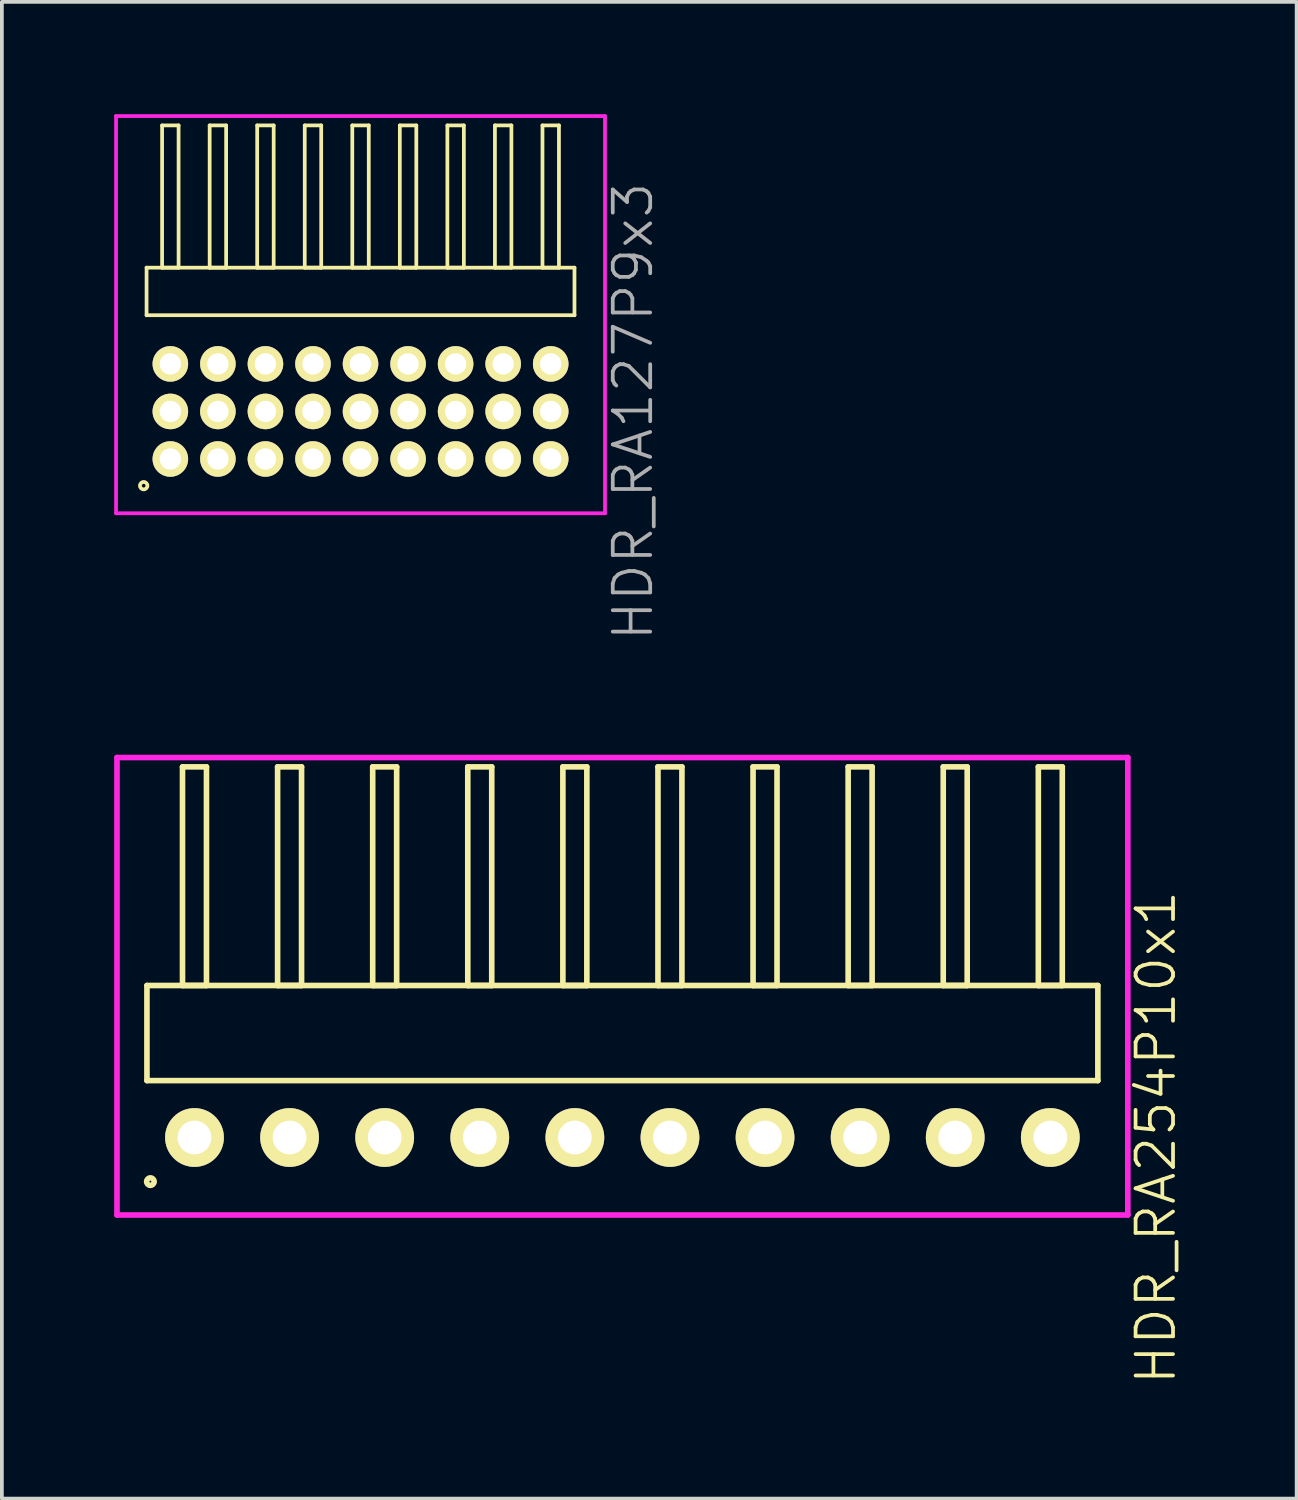
<source format=kicad_pcb>
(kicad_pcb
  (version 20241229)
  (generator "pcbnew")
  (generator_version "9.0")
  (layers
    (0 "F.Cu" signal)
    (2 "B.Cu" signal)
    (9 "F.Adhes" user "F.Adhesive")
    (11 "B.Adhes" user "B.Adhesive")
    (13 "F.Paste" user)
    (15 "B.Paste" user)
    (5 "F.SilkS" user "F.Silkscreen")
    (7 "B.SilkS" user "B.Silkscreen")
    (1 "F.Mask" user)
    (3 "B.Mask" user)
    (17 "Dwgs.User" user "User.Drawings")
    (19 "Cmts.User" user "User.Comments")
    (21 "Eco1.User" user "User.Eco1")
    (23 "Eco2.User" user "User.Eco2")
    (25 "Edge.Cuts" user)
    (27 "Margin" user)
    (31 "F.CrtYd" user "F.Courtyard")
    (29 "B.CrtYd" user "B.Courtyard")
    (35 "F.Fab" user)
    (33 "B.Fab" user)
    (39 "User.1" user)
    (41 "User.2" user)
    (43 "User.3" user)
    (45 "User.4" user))
  (footprint "HDR_RA254P10x1"
    (layer "F.Cu")
    (at 13.575 27.334)
    (property "Reference" "HDR_RA254P10x1" (at 14.25 0 90) (layer "F.SilkS") (effects (font (size 1 1) (thickness 0.1))))
    (attr through_hole)
    (fp_line (start -12.7 -4.06) (end -12.7 -1.52) (stroke (width 0.15) (type solid)) (layer "F.SilkS"))
    (fp_line (start -12.7 -1.52) (end 12.7 -1.52) (stroke (width 0.15) (type solid)) (layer "F.SilkS"))
    (fp_line (start -11.75 -9.9) (end -11.75 -4.06) (stroke (width 0.15) (type solid)) (layer "F.SilkS"))
    (fp_line (start -11.75 -4.06) (end -11.11 -4.06) (stroke (width 0.15) (type solid)) (layer "F.SilkS"))
    (fp_line (start -11.11 -9.9) (end -11.75 -9.9) (stroke (width 0.15) (type solid)) (layer "F.SilkS"))
    (fp_line (start -11.11 -4.06) (end -11.11 -9.9) (stroke (width 0.15) (type solid)) (layer "F.SilkS"))
    (fp_line (start -9.21 -9.9) (end -9.21 -4.06) (stroke (width 0.15) (type solid)) (layer "F.SilkS"))
    (fp_line (start -9.21 -4.06) (end -8.57 -4.06) (stroke (width 0.15) (type solid)) (layer "F.SilkS"))
    (fp_line (start -8.57 -9.9) (end -9.21 -9.9) (stroke (width 0.15) (type solid)) (layer "F.SilkS"))
    (fp_line (start -8.57 -4.06) (end -8.57 -9.9) (stroke (width 0.15) (type solid)) (layer "F.SilkS"))
    (fp_line (start -6.67 -9.9) (end -6.67 -4.06) (stroke (width 0.15) (type solid)) (layer "F.SilkS"))
    (fp_line (start -6.67 -4.06) (end -6.03 -4.06) (stroke (width 0.15) (type solid)) (layer "F.SilkS"))
    (fp_line (start -6.03 -9.9) (end -6.67 -9.9) (stroke (width 0.15) (type solid)) (layer "F.SilkS"))
    (fp_line (start -6.03 -4.06) (end -6.03 -9.9) (stroke (width 0.15) (type solid)) (layer "F.SilkS"))
    (fp_line (start -4.13 -9.9) (end -4.13 -4.06) (stroke (width 0.15) (type solid)) (layer "F.SilkS"))
    (fp_line (start -4.13 -4.06) (end -3.49 -4.06) (stroke (width 0.15) (type solid)) (layer "F.SilkS"))
    (fp_line (start -3.49 -9.9) (end -4.13 -9.9) (stroke (width 0.15) (type solid)) (layer "F.SilkS"))
    (fp_line (start -3.49 -4.06) (end -3.49 -9.9) (stroke (width 0.15) (type solid)) (layer "F.SilkS"))
    (fp_line (start -1.59 -9.9) (end -1.59 -4.06) (stroke (width 0.15) (type solid)) (layer "F.SilkS"))
    (fp_line (start -1.59 -4.06) (end -0.95 -4.06) (stroke (width 0.15) (type solid)) (layer "F.SilkS"))
    (fp_line (start -0.95 -9.9) (end -1.59 -9.9) (stroke (width 0.15) (type solid)) (layer "F.SilkS"))
    (fp_line (start -0.95 -4.06) (end -0.95 -9.9) (stroke (width 0.15) (type solid)) (layer "F.SilkS"))
    (fp_line (start 0.95 -9.9) (end 0.95 -4.06) (stroke (width 0.15) (type solid)) (layer "F.SilkS"))
    (fp_line (start 0.95 -4.06) (end 1.59 -4.06) (stroke (width 0.15) (type solid)) (layer "F.SilkS"))
    (fp_line (start 1.59 -9.9) (end 0.95 -9.9) (stroke (width 0.15) (type solid)) (layer "F.SilkS"))
    (fp_line (start 1.59 -4.06) (end 1.59 -9.9) (stroke (width 0.15) (type solid)) (layer "F.SilkS"))
    (fp_line (start 3.49 -9.9) (end 3.49 -4.06) (stroke (width 0.15) (type solid)) (layer "F.SilkS"))
    (fp_line (start 3.49 -4.06) (end 4.13 -4.06) (stroke (width 0.15) (type solid)) (layer "F.SilkS"))
    (fp_line (start 4.13 -9.9) (end 3.49 -9.9) (stroke (width 0.15) (type solid)) (layer "F.SilkS"))
    (fp_line (start 4.13 -4.06) (end 4.13 -9.9) (stroke (width 0.15) (type solid)) (layer "F.SilkS"))
    (fp_line (start 6.03 -9.9) (end 6.03 -4.06) (stroke (width 0.15) (type solid)) (layer "F.SilkS"))
    (fp_line (start 6.03 -4.06) (end 6.67 -4.06) (stroke (width 0.15) (type solid)) (layer "F.SilkS"))
    (fp_line (start 6.67 -9.9) (end 6.03 -9.9) (stroke (width 0.15) (type solid)) (layer "F.SilkS"))
    (fp_line (start 6.67 -4.06) (end 6.67 -9.9) (stroke (width 0.15) (type solid)) (layer "F.SilkS"))
    (fp_line (start 8.57 -9.9) (end 8.57 -4.06) (stroke (width 0.15) (type solid)) (layer "F.SilkS"))
    (fp_line (start 8.57 -4.06) (end 9.21 -4.06) (stroke (width 0.15) (type solid)) (layer "F.SilkS"))
    (fp_line (start 9.21 -9.9) (end 8.57 -9.9) (stroke (width 0.15) (type solid)) (layer "F.SilkS"))
    (fp_line (start 9.21 -4.06) (end 9.21 -9.9) (stroke (width 0.15) (type solid)) (layer "F.SilkS"))
    (fp_line (start 11.11 -9.9) (end 11.11 -4.06) (stroke (width 0.15) (type solid)) (layer "F.SilkS"))
    (fp_line (start 11.11 -4.06) (end 11.75 -4.06) (stroke (width 0.15) (type solid)) (layer "F.SilkS"))
    (fp_line (start 11.75 -9.9) (end 11.11 -9.9) (stroke (width 0.15) (type solid)) (layer "F.SilkS"))
    (fp_line (start 11.75 -4.06) (end 11.75 -9.9) (stroke (width 0.15) (type solid)) (layer "F.SilkS"))
    (fp_line (start 12.7 -4.06) (end -12.7 -4.06) (stroke (width 0.15) (type solid)) (layer "F.SilkS"))
    (fp_line (start 12.7 -1.52) (end 12.7 -4.06) (stroke (width 0.15) (type solid)) (layer "F.SilkS"))
    (fp_circle (center -12.608 1.178) (end -12.508 1.178) (stroke (width 0.15) (type solid)) (fill no) (layer "F.SilkS"))
    (fp_line (start -13.5 -10.15) (end -13.5 2.07) (stroke (width 0.15) (type solid)) (layer "F.CrtYd"))
    (fp_line (start -13.5 2.07) (end 13.5 2.07) (stroke (width 0.15) (type solid)) (layer "F.CrtYd"))
    (fp_line (start 13.5 -10.15) (end -13.5 -10.15) (stroke (width 0.15) (type solid)) (layer "F.CrtYd"))
    (fp_line (start 13.5 2.07) (end 13.5 -10.15) (stroke (width 0.15) (type solid)) (layer "F.CrtYd"))
    (pad "1" thru_hole oval (at -11.43 0) (size 1.57 1.57) (drill 0.9) (layers "*.Cu" "*.Mask" "F.SilkS"))
    (pad "2" thru_hole oval (at -8.89 0) (size 1.57 1.57) (drill 0.9) (layers "*.Cu" "*.Mask" "F.SilkS"))
    (pad "3" thru_hole oval (at -6.35 0) (size 1.57 1.57) (drill 0.9) (layers "*.Cu" "*.Mask" "F.SilkS"))
    (pad "4" thru_hole oval (at -3.81 0) (size 1.57 1.57) (drill 0.9) (layers "*.Cu" "*.Mask" "F.SilkS"))
    (pad "5" thru_hole oval (at -1.27 0) (size 1.57 1.57) (drill 0.9) (layers "*.Cu" "*.Mask" "F.SilkS"))
    (pad "6" thru_hole oval (at 1.27 0) (size 1.57 1.57) (drill 0.9) (layers "*.Cu" "*.Mask" "F.SilkS"))
    (pad "7" thru_hole oval (at 3.81 0) (size 1.57 1.57) (drill 0.9) (layers "*.Cu" "*.Mask" "F.SilkS"))
    (pad "8" thru_hole oval (at 6.35 0) (size 1.57 1.57) (drill 0.9) (layers "*.Cu" "*.Mask" "F.SilkS"))
    (pad "9" thru_hole oval (at 8.89 0) (size 1.57 1.57) (drill 0.9) (layers "*.Cu" "*.Mask" "F.SilkS"))
    (pad "10" thru_hole oval (at 11.43 0) (size 1.57 1.57) (drill 0.9) (layers "*.Cu" "*.Mask" "F.SilkS")))
  (footprint "HDR_RA127P9x3"
    (layer "F.Cu")
    (at 6.58 7.94)
    (property "Reference" "HDR_RA127P9x3" (at 7.28 0 90) (layer "F.Fab") (effects (font (size 1 1) (thickness 0.1))))
    (attr through_hole)
    (fp_line (start -5.715 -3.84) (end -5.715 -2.57) (stroke (width 0.1) (type solid)) (layer "F.SilkS"))
    (fp_line (start -5.715 -2.57) (end 5.715 -2.57) (stroke (width 0.1) (type solid)) (layer "F.SilkS"))
    (fp_line (start -5.3 -7.64) (end -5.3 -3.84) (stroke (width 0.1) (type solid)) (layer "F.SilkS"))
    (fp_line (start -5.3 -3.84) (end -4.86 -3.84) (stroke (width 0.1) (type solid)) (layer "F.SilkS"))
    (fp_line (start -4.86 -7.64) (end -5.3 -7.64) (stroke (width 0.1) (type solid)) (layer "F.SilkS"))
    (fp_line (start -4.86 -3.84) (end -4.86 -7.64) (stroke (width 0.1) (type solid)) (layer "F.SilkS"))
    (fp_line (start -4.03 -7.64) (end -4.03 -3.84) (stroke (width 0.1) (type solid)) (layer "F.SilkS"))
    (fp_line (start -4.03 -3.84) (end -3.59 -3.84) (stroke (width 0.1) (type solid)) (layer "F.SilkS"))
    (fp_line (start -3.59 -7.64) (end -4.03 -7.64) (stroke (width 0.1) (type solid)) (layer "F.SilkS"))
    (fp_line (start -3.59 -3.84) (end -3.59 -7.64) (stroke (width 0.1) (type solid)) (layer "F.SilkS"))
    (fp_line (start -2.76 -7.64) (end -2.76 -3.84) (stroke (width 0.1) (type solid)) (layer "F.SilkS"))
    (fp_line (start -2.76 -3.84) (end -2.32 -3.84) (stroke (width 0.1) (type solid)) (layer "F.SilkS"))
    (fp_line (start -2.32 -7.64) (end -2.76 -7.64) (stroke (width 0.1) (type solid)) (layer "F.SilkS"))
    (fp_line (start -2.32 -3.84) (end -2.32 -7.64) (stroke (width 0.1) (type solid)) (layer "F.SilkS"))
    (fp_line (start -1.49 -7.64) (end -1.49 -3.84) (stroke (width 0.1) (type solid)) (layer "F.SilkS"))
    (fp_line (start -1.49 -3.84) (end -1.05 -3.84) (stroke (width 0.1) (type solid)) (layer "F.SilkS"))
    (fp_line (start -1.05 -7.64) (end -1.49 -7.64) (stroke (width 0.1) (type solid)) (layer "F.SilkS"))
    (fp_line (start -1.05 -3.84) (end -1.05 -7.64) (stroke (width 0.1) (type solid)) (layer "F.SilkS"))
    (fp_line (start -0.22 -7.64) (end -0.22 -3.84) (stroke (width 0.1) (type solid)) (layer "F.SilkS"))
    (fp_line (start -0.22 -3.84) (end 0.22 -3.84) (stroke (width 0.1) (type solid)) (layer "F.SilkS"))
    (fp_line (start 0.22 -7.64) (end -0.22 -7.64) (stroke (width 0.1) (type solid)) (layer "F.SilkS"))
    (fp_line (start 0.22 -3.84) (end 0.22 -7.64) (stroke (width 0.1) (type solid)) (layer "F.SilkS"))
    (fp_line (start 1.05 -7.64) (end 1.05 -3.84) (stroke (width 0.1) (type solid)) (layer "F.SilkS"))
    (fp_line (start 1.05 -3.84) (end 1.49 -3.84) (stroke (width 0.1) (type solid)) (layer "F.SilkS"))
    (fp_line (start 1.49 -7.64) (end 1.05 -7.64) (stroke (width 0.1) (type solid)) (layer "F.SilkS"))
    (fp_line (start 1.49 -3.84) (end 1.49 -7.64) (stroke (width 0.1) (type solid)) (layer "F.SilkS"))
    (fp_line (start 2.32 -7.64) (end 2.32 -3.84) (stroke (width 0.1) (type solid)) (layer "F.SilkS"))
    (fp_line (start 2.32 -3.84) (end 2.76 -3.84) (stroke (width 0.1) (type solid)) (layer "F.SilkS"))
    (fp_line (start 2.76 -7.64) (end 2.32 -7.64) (stroke (width 0.1) (type solid)) (layer "F.SilkS"))
    (fp_line (start 2.76 -3.84) (end 2.76 -7.64) (stroke (width 0.1) (type solid)) (layer "F.SilkS"))
    (fp_line (start 3.59 -7.64) (end 3.59 -3.84) (stroke (width 0.1) (type solid)) (layer "F.SilkS"))
    (fp_line (start 3.59 -3.84) (end 4.03 -3.84) (stroke (width 0.1) (type solid)) (layer "F.SilkS"))
    (fp_line (start 4.03 -7.64) (end 3.59 -7.64) (stroke (width 0.1) (type solid)) (layer "F.SilkS"))
    (fp_line (start 4.03 -3.84) (end 4.03 -7.64) (stroke (width 0.1) (type solid)) (layer "F.SilkS"))
    (fp_line (start 4.86 -7.64) (end 4.86 -3.84) (stroke (width 0.1) (type solid)) (layer "F.SilkS"))
    (fp_line (start 4.86 -3.84) (end 5.3 -3.84) (stroke (width 0.1) (type solid)) (layer "F.SilkS"))
    (fp_line (start 5.3 -7.64) (end 4.86 -7.64) (stroke (width 0.1) (type solid)) (layer "F.SilkS"))
    (fp_line (start 5.3 -3.84) (end 5.3 -7.64) (stroke (width 0.1) (type solid)) (layer "F.SilkS"))
    (fp_line (start 5.715 -3.84) (end -5.715 -3.84) (stroke (width 0.1) (type solid)) (layer "F.SilkS"))
    (fp_line (start 5.715 -2.57) (end 5.715 -3.84) (stroke (width 0.1) (type solid)) (layer "F.SilkS"))
    (fp_circle (center -5.792 1.983) (end -5.693 1.983) (stroke (width 0.1) (type solid)) (fill no) (layer "F.SilkS"))
    (fp_line (start -6.53 -7.89) (end -6.53 2.72) (stroke (width 0.1) (type solid)) (layer "F.CrtYd"))
    (fp_line (start -6.53 2.72) (end 6.53 2.72) (stroke (width 0.1) (type solid)) (layer "F.CrtYd"))
    (fp_line (start 6.53 -7.89) (end -6.53 -7.89) (stroke (width 0.1) (type solid)) (layer "F.CrtYd"))
    (fp_line (start 6.53 2.72) (end 6.53 -7.89) (stroke (width 0.1) (type solid)) (layer "F.CrtYd"))
    (pad "1" thru_hole oval (at -5.08 1.27) (size 0.95 0.95) (drill 0.57) (layers "*.Cu" "*.Mask" "F.SilkS"))
    (pad "2" thru_hole oval (at -5.08 0) (size 0.95 0.95) (drill 0.57) (layers "*.Cu" "*.Mask" "F.SilkS"))
    (pad "3" thru_hole oval (at -5.08 -1.27) (size 0.95 0.95) (drill 0.57) (layers "*.Cu" "*.Mask" "F.SilkS"))
    (pad "4" thru_hole oval (at -3.81 1.27) (size 0.95 0.95) (drill 0.57) (layers "*.Cu" "*.Mask" "F.SilkS"))
    (pad "5" thru_hole oval (at -3.81 0) (size 0.95 0.95) (drill 0.57) (layers "*.Cu" "*.Mask" "F.SilkS"))
    (pad "6" thru_hole oval (at -3.81 -1.27) (size 0.95 0.95) (drill 0.57) (layers "*.Cu" "*.Mask" "F.SilkS"))
    (pad "7" thru_hole oval (at -2.54 1.27) (size 0.95 0.95) (drill 0.57) (layers "*.Cu" "*.Mask" "F.SilkS"))
    (pad "8" thru_hole oval (at -2.54 0) (size 0.95 0.95) (drill 0.57) (layers "*.Cu" "*.Mask" "F.SilkS"))
    (pad "9" thru_hole oval (at -2.54 -1.27) (size 0.95 0.95) (drill 0.57) (layers "*.Cu" "*.Mask" "F.SilkS"))
    (pad "10" thru_hole oval (at -1.27 1.27) (size 0.95 0.95) (drill 0.57) (layers "*.Cu" "*.Mask" "F.SilkS"))
    (pad "11" thru_hole oval (at -1.27 0) (size 0.95 0.95) (drill 0.57) (layers "*.Cu" "*.Mask" "F.SilkS"))
    (pad "12" thru_hole oval (at -1.27 -1.27) (size 0.95 0.95) (drill 0.57) (layers "*.Cu" "*.Mask" "F.SilkS"))
    (pad "13" thru_hole oval (at 0 1.27) (size 0.95 0.95) (drill 0.57) (layers "*.Cu" "*.Mask" "F.SilkS"))
    (pad "14" thru_hole oval (at 0 0) (size 0.95 0.95) (drill 0.57) (layers "*.Cu" "*.Mask" "F.SilkS"))
    (pad "15" thru_hole oval (at 0 -1.27) (size 0.95 0.95) (drill 0.57) (layers "*.Cu" "*.Mask" "F.SilkS"))
    (pad "16" thru_hole oval (at 1.27 1.27) (size 0.95 0.95) (drill 0.57) (layers "*.Cu" "*.Mask" "F.SilkS"))
    (pad "17" thru_hole oval (at 1.27 0) (size 0.95 0.95) (drill 0.57) (layers "*.Cu" "*.Mask" "F.SilkS"))
    (pad "18" thru_hole oval (at 1.27 -1.27) (size 0.95 0.95) (drill 0.57) (layers "*.Cu" "*.Mask" "F.SilkS"))
    (pad "19" thru_hole oval (at 2.54 1.27) (size 0.95 0.95) (drill 0.57) (layers "*.Cu" "*.Mask" "F.SilkS"))
    (pad "20" thru_hole oval (at 2.54 0) (size 0.95 0.95) (drill 0.57) (layers "*.Cu" "*.Mask" "F.SilkS"))
    (pad "21" thru_hole oval (at 2.54 -1.27) (size 0.95 0.95) (drill 0.57) (layers "*.Cu" "*.Mask" "F.SilkS"))
    (pad "22" thru_hole oval (at 3.81 1.27) (size 0.95 0.95) (drill 0.57) (layers "*.Cu" "*.Mask" "F.SilkS"))
    (pad "23" thru_hole oval (at 3.81 0) (size 0.95 0.95) (drill 0.57) (layers "*.Cu" "*.Mask" "F.SilkS"))
    (pad "24" thru_hole oval (at 3.81 -1.27) (size 0.95 0.95) (drill 0.57) (layers "*.Cu" "*.Mask" "F.SilkS"))
    (pad "25" thru_hole oval (at 5.08 1.27) (size 0.95 0.95) (drill 0.57) (layers "*.Cu" "*.Mask" "F.SilkS"))
    (pad "26" thru_hole oval (at 5.08 0) (size 0.95 0.95) (drill 0.57) (layers "*.Cu" "*.Mask" "F.SilkS"))
    (pad "27" thru_hole oval (at 5.08 -1.27) (size 0.95 0.95) (drill 0.57) (layers "*.Cu" "*.Mask" "F.SilkS")))
  (gr_rect
    (start -3 -3)
    (end 31.585 36.979)
    (stroke (width 0.1) (type default))
    (fill no)
    (layer "Edge.Cuts")))
</source>
